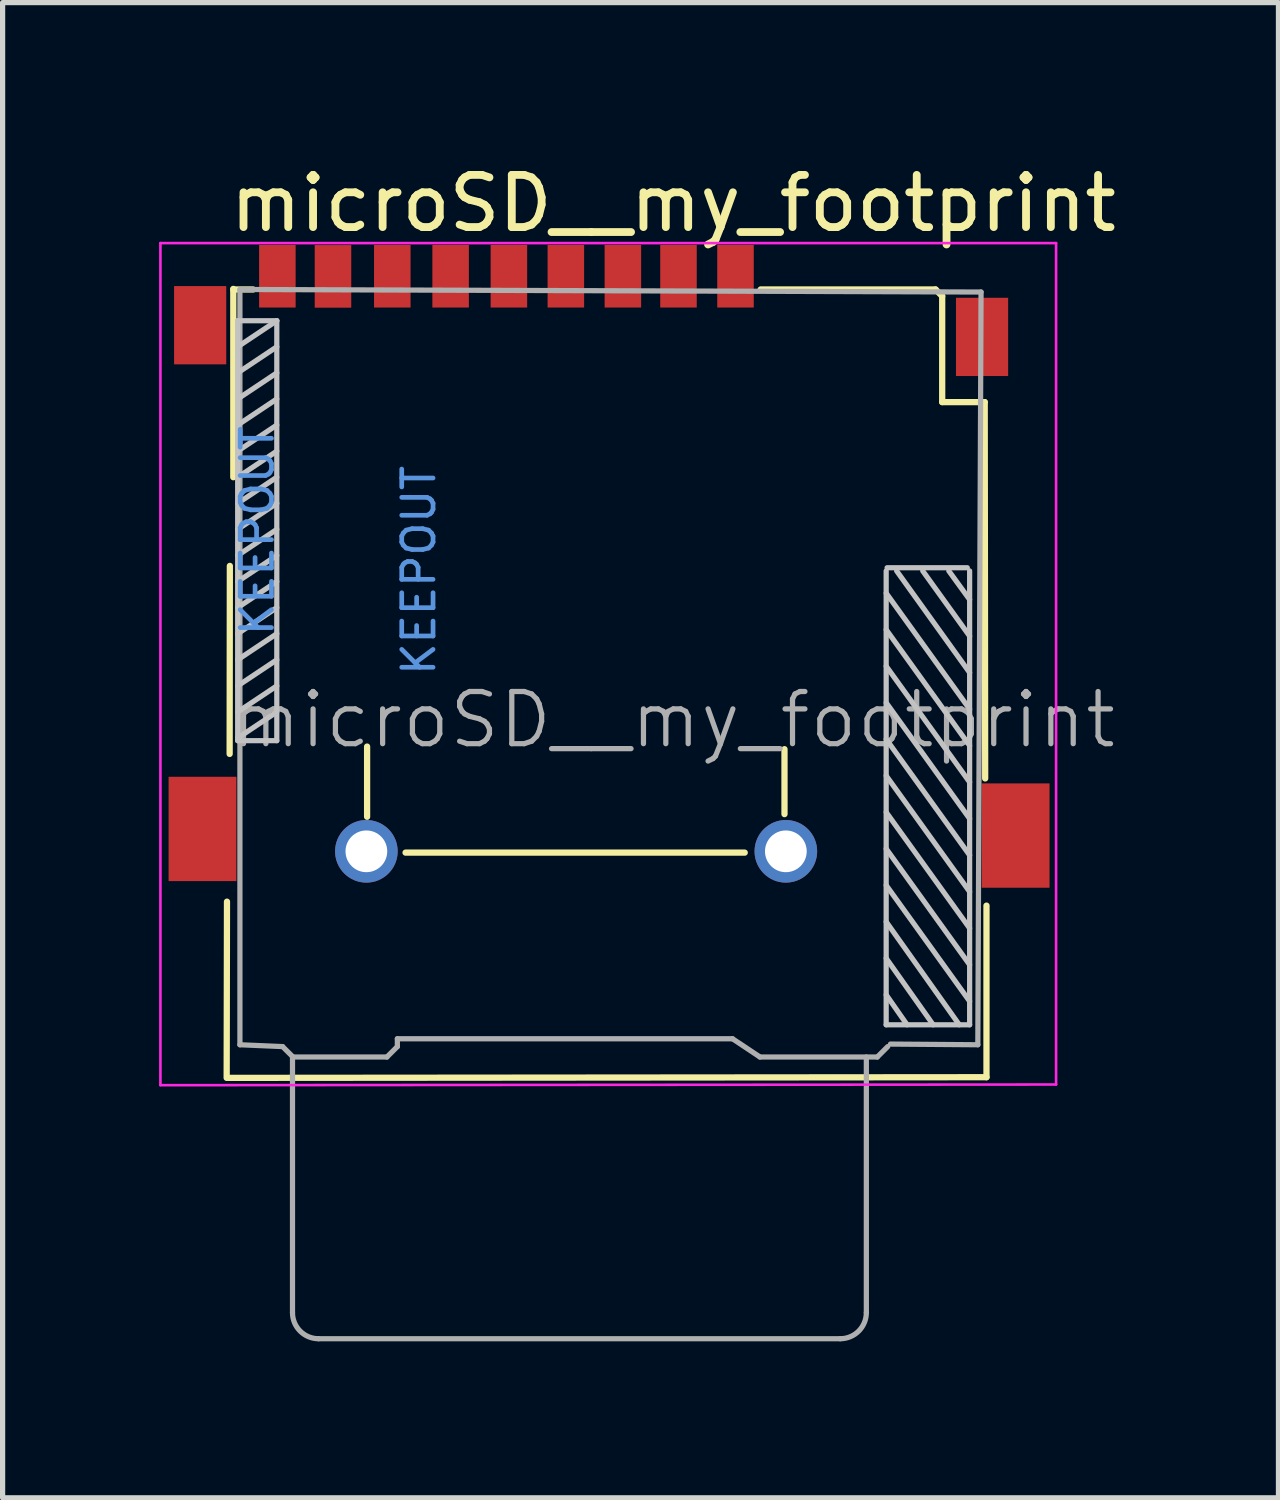
<source format=kicad_pcb>
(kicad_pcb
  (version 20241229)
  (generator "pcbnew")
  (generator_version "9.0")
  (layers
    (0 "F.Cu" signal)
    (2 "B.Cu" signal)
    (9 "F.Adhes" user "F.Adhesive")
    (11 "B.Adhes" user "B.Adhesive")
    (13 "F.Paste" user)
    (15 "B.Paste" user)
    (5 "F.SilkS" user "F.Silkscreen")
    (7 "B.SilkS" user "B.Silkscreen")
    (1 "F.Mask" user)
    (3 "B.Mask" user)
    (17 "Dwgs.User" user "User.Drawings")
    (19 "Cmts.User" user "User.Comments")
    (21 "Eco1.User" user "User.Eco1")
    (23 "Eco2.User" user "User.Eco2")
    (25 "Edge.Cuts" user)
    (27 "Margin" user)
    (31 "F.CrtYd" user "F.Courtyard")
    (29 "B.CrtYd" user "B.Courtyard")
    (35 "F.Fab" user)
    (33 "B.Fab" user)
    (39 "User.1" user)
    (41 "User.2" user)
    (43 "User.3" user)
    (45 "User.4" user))
  (footprint "microSD__my_footprint"
    (layer "F.Cu")
    (at 9.931 10.373)
    (property "Reference" "microSD__my_footprint" (at -0.075 -9.525 0) (layer "F.SilkS") (effects (font (size 1 1) (thickness 0.15))))
    (attr smd)
    (fp_line (start -8.63 3.861) (end -8.636 7.239) (stroke (width 0.12) (type solid)) (layer "F.SilkS"))
    (fp_line (start -8.575 -2.575) (end -8.579 1.029) (stroke (width 0.12) (type solid)) (layer "F.SilkS"))
    (fp_line (start -8.509 -7.885) (end -8.509 -4.275) (stroke (width 0.12) (type solid)) (layer "F.SilkS"))
    (fp_line (start -8.509 -7.874) (end -8.128 -7.874) (stroke (width 0.12) (type solid)) (layer "F.SilkS"))
    (fp_line (start -5.944 0.888) (end -5.944 2.234) (stroke (width 0.12) (type solid)) (layer "F.SilkS"))
    (fp_line (start 1.295 2.921) (end -5.207 2.921) (stroke (width 0.12) (type solid)) (layer "F.SilkS"))
    (fp_line (start 2.057 0.938) (end 2.057 2.183) (stroke (width 0.12) (type solid)) (layer "F.SilkS"))
    (fp_line (start 4.953 -7.874) (end 1.6 -7.874) (stroke (width 0.12) (type solid)) (layer "F.SilkS"))
    (fp_line (start 5.08 -7.747) (end 4.953 -7.874) (stroke (width 0.12) (type solid)) (layer "F.SilkS"))
    (fp_line (start 5.08 -5.715) (end 5.08 -7.747) (stroke (width 0.12) (type solid)) (layer "F.SilkS"))
    (fp_line (start 5.895 -5.715) (end 5.08 -5.715) (stroke (width 0.12) (type solid)) (layer "F.SilkS"))
    (fp_line (start 5.895 -5.715) (end 5.904 1.499) (stroke (width 0.12) (type solid)) (layer "F.SilkS"))
    (fp_line (start 5.929 3.937) (end 5.929 7.226) (stroke (width 0.12) (type solid)) (layer "F.SilkS"))
    (fp_line (start 5.929 7.226) (end -8.604 7.239) (stroke (width 0.12) (type solid)) (layer "F.SilkS"))
    (fp_line (start -8.425 -7.275) (end -7.675 -7.275) (stroke (width 0.1) (type solid)) (layer "Dwgs.User"))
    (fp_line (start -8.425 0.775) (end -8.425 -7.275) (stroke (width 0.1) (type solid)) (layer "Dwgs.User"))
    (fp_line (start -7.675 -7.275) (end -8.425 -6.775) (stroke (width 0.1) (type solid)) (layer "Dwgs.User"))
    (fp_line (start -7.675 -7.275) (end -7.675 0.775) (stroke (width 0.1) (type solid)) (layer "Dwgs.User"))
    (fp_line (start -7.675 -6.775) (end -8.425 -6.275) (stroke (width 0.1) (type solid)) (layer "Dwgs.User"))
    (fp_line (start -7.675 -6.275) (end -8.425 -5.775) (stroke (width 0.1) (type solid)) (layer "Dwgs.User"))
    (fp_line (start -7.675 -5.775) (end -8.425 -5.275) (stroke (width 0.1) (type solid)) (layer "Dwgs.User"))
    (fp_line (start -7.675 -5.275) (end -8.425 -4.775) (stroke (width 0.1) (type solid)) (layer "Dwgs.User"))
    (fp_line (start -7.675 -4.775) (end -8.425 -4.275) (stroke (width 0.1) (type solid)) (layer "Dwgs.User"))
    (fp_line (start -7.675 -4.275) (end -8.425 -3.775) (stroke (width 0.1) (type solid)) (layer "Dwgs.User"))
    (fp_line (start -7.675 -3.775) (end -8.425 -3.275) (stroke (width 0.1) (type solid)) (layer "Dwgs.User"))
    (fp_line (start -7.675 -3.275) (end -8.425 -2.775) (stroke (width 0.1) (type solid)) (layer "Dwgs.User"))
    (fp_line (start -7.675 -2.775) (end -8.425 -2.275) (stroke (width 0.1) (type solid)) (layer "Dwgs.User"))
    (fp_line (start -7.675 -2.275) (end -8.425 -1.775) (stroke (width 0.1) (type solid)) (layer "Dwgs.User"))
    (fp_line (start -7.675 -1.775) (end -8.425 -1.275) (stroke (width 0.1) (type solid)) (layer "Dwgs.User"))
    (fp_line (start -7.675 -1.275) (end -8.425 -0.775) (stroke (width 0.1) (type solid)) (layer "Dwgs.User"))
    (fp_line (start -7.675 -0.775) (end -8.425 -0.275) (stroke (width 0.1) (type solid)) (layer "Dwgs.User"))
    (fp_line (start -7.675 -0.275) (end -8.425 0.225) (stroke (width 0.1) (type solid)) (layer "Dwgs.User"))
    (fp_line (start -7.675 0.225) (end -8.425 0.725) (stroke (width 0.1) (type solid)) (layer "Dwgs.User"))
    (fp_line (start -7.675 0.775) (end -8.425 0.775) (stroke (width 0.1) (type solid)) (layer "Dwgs.User"))
    (fp_line (start 4.006 6.221) (end 4.006 -2.479) (stroke (width 0.1) (type solid)) (layer "Dwgs.User"))
    (fp_line (start 4.207 -2.479) (end 5.606 -0.529) (stroke (width 0.1) (type solid)) (layer "Dwgs.User"))
    (fp_line (start 4.407 6.221) (end 4.006 5.646) (stroke (width 0.1) (type solid)) (layer "Dwgs.User"))
    (fp_line (start 4.907 6.221) (end 4.006 4.946) (stroke (width 0.1) (type solid)) (layer "Dwgs.User"))
    (fp_line (start 5.407 6.221) (end 4.006 4.246) (stroke (width 0.1) (type solid)) (layer "Dwgs.User"))
    (fp_line (start 5.561 -2.54) (end 4.024 -2.54) (stroke (width 0.1) (type solid)) (layer "Dwgs.User"))
    (fp_line (start 5.606 -2.479) (end 5.606 6.221) (stroke (width 0.1) (type solid)) (layer "Dwgs.User"))
    (fp_line (start 5.606 -1.929) (end 5.207 -2.479) (stroke (width 0.1) (type solid)) (layer "Dwgs.User"))
    (fp_line (start 5.606 -1.229) (end 4.707 -2.479) (stroke (width 0.1) (type solid)) (layer "Dwgs.User"))
    (fp_line (start 5.606 0.171) (end 4.006 -2.054) (stroke (width 0.1) (type solid)) (layer "Dwgs.User"))
    (fp_line (start 5.606 0.871) (end 4.006 -1.354) (stroke (width 0.1) (type solid)) (layer "Dwgs.User"))
    (fp_line (start 5.606 1.571) (end 4.006 -0.654) (stroke (width 0.1) (type solid)) (layer "Dwgs.User"))
    (fp_line (start 5.606 2.271) (end 4.006 0.046) (stroke (width 0.1) (type solid)) (layer "Dwgs.User"))
    (fp_line (start 5.606 2.971) (end 4.006 0.746) (stroke (width 0.1) (type solid)) (layer "Dwgs.User"))
    (fp_line (start 5.606 3.671) (end 4.006 1.446) (stroke (width 0.1) (type solid)) (layer "Dwgs.User"))
    (fp_line (start 5.606 4.371) (end 4.006 2.146) (stroke (width 0.1) (type solid)) (layer "Dwgs.User"))
    (fp_line (start 5.606 5.071) (end 4.006 2.846) (stroke (width 0.1) (type solid)) (layer "Dwgs.User"))
    (fp_line (start 5.606 5.771) (end 4.006 3.546) (stroke (width 0.1) (type solid)) (layer "Dwgs.User"))
    (fp_line (start 5.606 6.221) (end 4.006 6.221) (stroke (width 0.1) (type solid)) (layer "Dwgs.User"))
    (fp_line (start -9.906 -8.763) (end 7.263 -8.763) (stroke (width 0.05) (type solid)) (layer "F.CrtYd"))
    (fp_line (start -9.906 7.379) (end -9.906 -8.763) (stroke (width 0.05) (type solid)) (layer "F.CrtYd"))
    (fp_line (start 7.263 -8.763) (end 7.263 7.366) (stroke (width 0.05) (type solid)) (layer "F.CrtYd"))
    (fp_line (start 7.263 7.366) (end -9.906 7.379) (stroke (width 0.05) (type solid)) (layer "F.CrtYd"))
    (fp_line (start -8.382 6.604) (end -8.382 -7.874) (stroke (width 0.1) (type solid)) (layer "F.Fab"))
    (fp_line (start -7.564 6.639) (end -8.382 6.604) (stroke (width 0.1) (type solid)) (layer "F.Fab"))
    (fp_line (start -7.374 6.839) (end -7.374 11.739) (stroke (width 0.1) (type solid)) (layer "F.Fab"))
    (fp_line (start -7.364 6.839) (end -7.564 6.639) (stroke (width 0.1) (type solid)) (layer "F.Fab"))
    (fp_line (start -6.874 12.239) (end 3.126 12.239) (stroke (width 0.1) (type solid)) (layer "F.Fab"))
    (fp_line (start -5.564 6.839) (end -7.364 6.839) (stroke (width 0.1) (type solid)) (layer "F.Fab"))
    (fp_line (start -5.364 6.639) (end -5.564 6.839) (stroke (width 0.1) (type solid)) (layer "F.Fab"))
    (fp_line (start -5.364 6.639) (end -5.364 6.489) (stroke (width 0.1) (type solid)) (layer "F.Fab"))
    (fp_line (start 1.061 6.489) (end -5.364 6.489) (stroke (width 0.1) (type solid)) (layer "F.Fab"))
    (fp_line (start 1.586 6.839) (end 1.061 6.489) (stroke (width 0.1) (type solid)) (layer "F.Fab"))
    (fp_line (start 3.626 11.739) (end 3.626 6.839) (stroke (width 0.1) (type solid)) (layer "F.Fab"))
    (fp_line (start 3.836 6.839) (end 1.586 6.839) (stroke (width 0.1) (type solid)) (layer "F.Fab"))
    (fp_line (start 3.836 6.839) (end 4.036 6.639) (stroke (width 0.1) (type solid)) (layer "F.Fab"))
    (fp_line (start 4.088 6.591) (end 5.763 6.604) (stroke (width 0.1) (type solid)) (layer "F.Fab"))
    (fp_line (start 5.763 6.604) (end 5.825 -7.825) (stroke (width 0.1) (type solid)) (layer "F.Fab"))
    (fp_line (start 5.825 -7.825) (end -8.382 -7.874) (stroke (width 0.1) (type solid)) (layer "F.Fab"))
    (fp_arc (start -6.8742 12.2391) (mid -7.227753 12.092653) (end -7.3742 11.7391) (stroke (width 0.1) (type solid)) (layer "F.Fab"))
    (fp_arc (start 3.6258 11.7391) (mid 3.479353 12.092653) (end 3.1258 12.2391) (stroke (width 0.1) (type solid)) (layer "F.Fab"))
    (fp_text user "KEEPOUT" (at -8.05 -3.25 90) (layer "Cmts.User") (effects (font (size 0.6 0.6) (thickness 0.09))))
    (fp_text user "KEEPOUT" (at -4.953 -2.489 90) (layer "Cmts.User") (effects (font (size 0.6 0.6) (thickness 0.09))))
    (fp_text user "${REFERENCE}" (at -0.075 0.375 0) (layer "F.Fab") (effects (font (size 1 1) (thickness 0.1))))
    (pad "1" smd rect (at 1.118 -8.128) (size 0.7 1.2) (layers "F.Cu" "F.Mask" "F.Paste"))
    (pad "2" smd rect (at 0.025 -8.128) (size 0.7 1.2) (layers "F.Cu" "F.Mask" "F.Paste"))
    (pad "3" smd rect (at -1.041 -8.128) (size 0.7 1.2) (layers "F.Cu" "F.Mask" "F.Paste"))
    (pad "4" smd rect (at -2.134 -8.128) (size 0.7 1.2) (layers "F.Cu" "F.Mask" "F.Paste"))
    (pad "5" smd rect (at -3.226 -8.128) (size 0.7 1.2) (layers "F.Cu" "F.Mask" "F.Paste"))
    (pad "6" smd rect (at -4.343 -8.128) (size 0.7 1.2) (layers "F.Cu" "F.Mask" "F.Paste"))
    (pad "7" smd rect (at -5.461 -8.128) (size 0.7 1.2) (layers "F.Cu" "F.Mask" "F.Paste"))
    (pad "8" smd rect (at -6.598 -8.125) (size 0.7 1.2) (layers "F.Cu" "F.Mask" "F.Paste"))
    (pad "9" smd rect (at -7.664 -8.128) (size 0.7 1.2) (layers "F.Cu" "F.Mask" "F.Paste"))
    (pad "11" smd rect (at -9.144 -7.189) (size 1 1.5) (layers "F.Cu" "F.Mask" "F.Paste"))
    (pad "11" smd rect (at -9.099 2.467) (size 1.3 2) (layers "F.Cu" "F.Mask" "F.Paste"))
    (pad "11" smd rect (at 5.844 -6.965) (size 1 1.5) (layers "F.Cu" "F.Mask" "F.Paste"))
    (pad "11" smd rect (at 6.488 2.594) (size 1.3 2) (layers "F.Cu" "F.Mask" "F.Paste"))
    (pad "12" thru_hole circle (at -5.958 2.896) (size 1.2 1.2) (drill 0.8) (layers "*.Cu" "*.Mask"))
    (pad "12" thru_hole circle (at 2.083 2.896) (size 1.2 1.2) (drill 0.8) (layers "*.Cu" "*.Mask")))
  (gr_rect
    (start -3 -3)
    (end 21.457 25.662)
    (stroke (width 0.1) (type default))
    (fill no)
    (layer "Edge.Cuts")))
</source>
